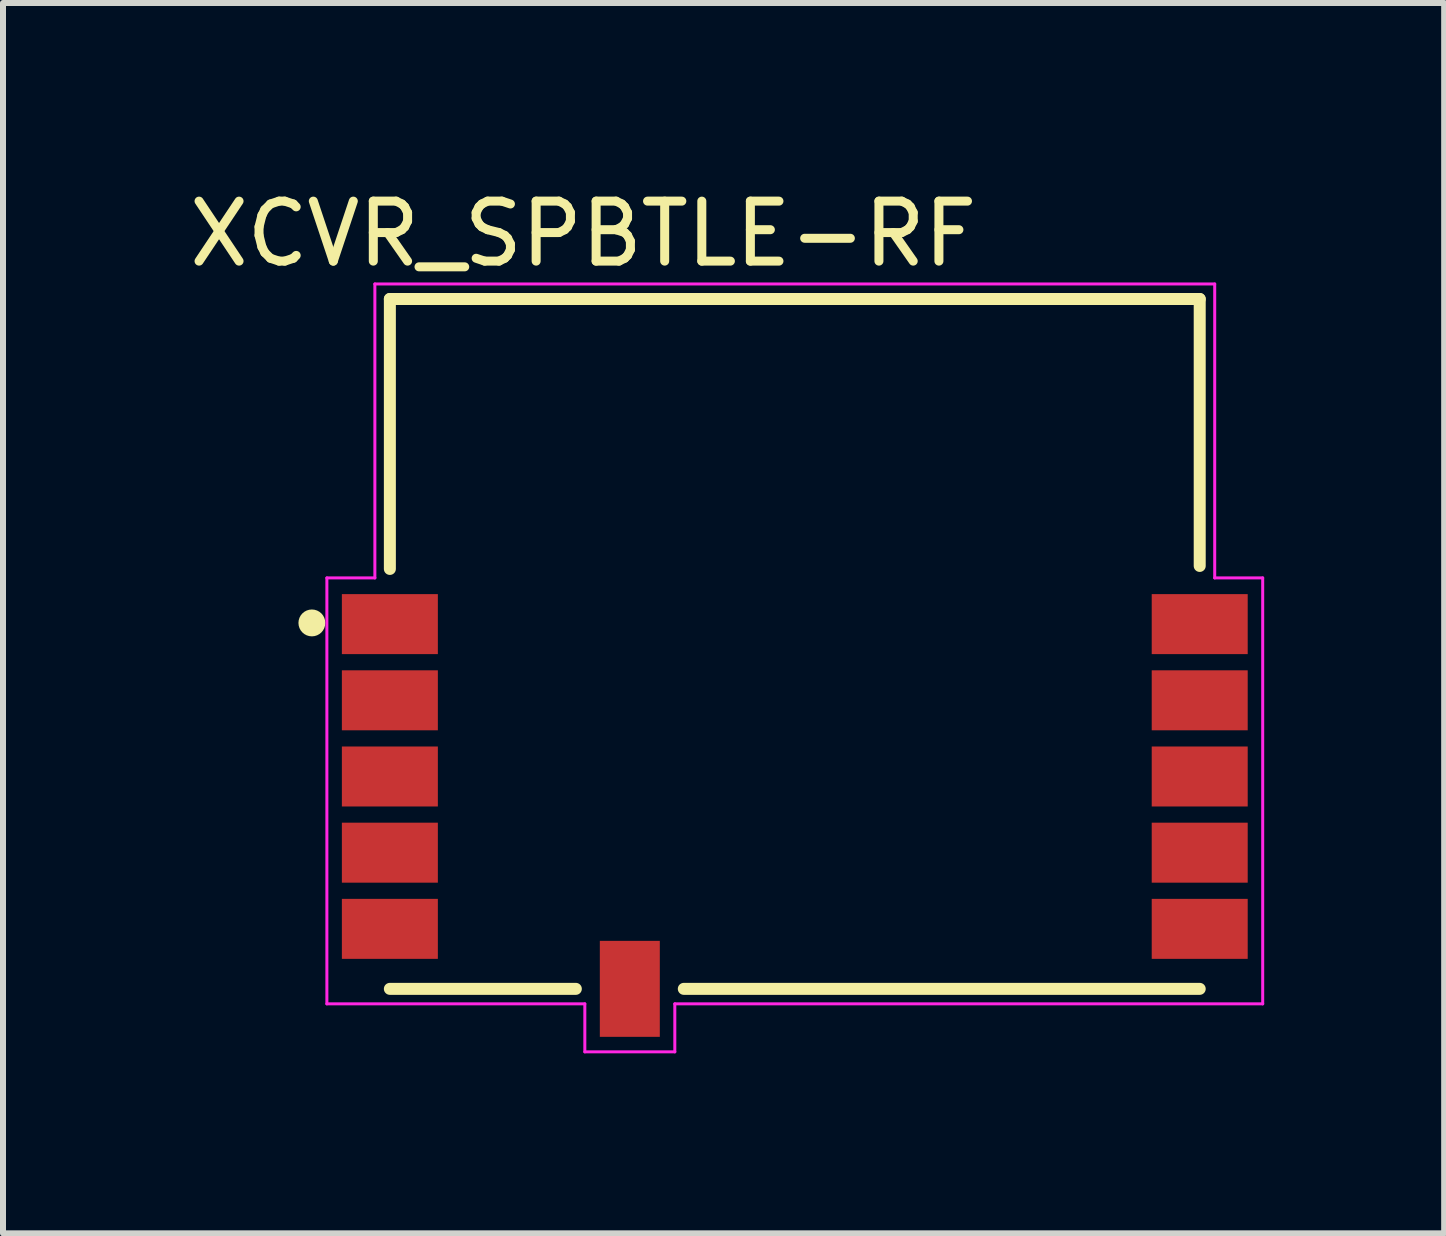
<source format=kicad_pcb>
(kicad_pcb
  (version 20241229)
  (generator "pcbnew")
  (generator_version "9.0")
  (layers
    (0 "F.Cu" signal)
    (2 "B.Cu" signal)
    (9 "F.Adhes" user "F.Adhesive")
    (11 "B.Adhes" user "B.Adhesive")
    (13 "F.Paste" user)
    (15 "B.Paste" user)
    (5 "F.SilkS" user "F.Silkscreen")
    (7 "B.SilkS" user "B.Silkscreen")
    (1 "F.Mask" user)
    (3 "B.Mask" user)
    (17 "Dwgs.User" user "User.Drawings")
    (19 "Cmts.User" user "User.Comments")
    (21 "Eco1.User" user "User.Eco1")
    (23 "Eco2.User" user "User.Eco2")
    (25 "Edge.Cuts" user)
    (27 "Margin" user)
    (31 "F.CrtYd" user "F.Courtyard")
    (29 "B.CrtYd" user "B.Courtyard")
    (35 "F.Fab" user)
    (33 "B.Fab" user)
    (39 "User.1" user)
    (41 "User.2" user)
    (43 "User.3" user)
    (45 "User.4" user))
  (footprint "XCVR_SPBTLE-RF"
    (layer "F.Cu")
    (at 10.199 7.684)
    (property "Reference" "XCVR_SPBTLE-RF" (at -3.526 -6.836 0) (layer "F.SilkS") (effects (font (size 1 1) (thickness 0.15))))
    (attr smd)
    (fp_line (start -6.75 -5.75) (end 6.75 -5.75) (stroke (width 0.2) (type solid)) (layer "F.SilkS"))
    (fp_line (start -6.75 -1.25) (end -6.75 -5.75) (stroke (width 0.2) (type solid)) (layer "F.SilkS"))
    (fp_line (start -3.65 5.75) (end -6.75 5.75) (stroke (width 0.2) (type solid)) (layer "F.SilkS"))
    (fp_line (start 6.75 -5.75) (end 6.75 -1.3) (stroke (width 0.2) (type solid)) (layer "F.SilkS"))
    (fp_line (start 6.75 5.75) (end -1.85 5.75) (stroke (width 0.2) (type solid)) (layer "F.SilkS"))
    (fp_circle (center -8.05 -0.35) (end -7.826 -0.35) (stroke (width 0) (type solid)) (fill yes) (layer "F.SilkS"))
    (fp_line (start -7.8 -1.1) (end -7 -1.1) (stroke (width 0.05) (type solid)) (layer "F.CrtYd"))
    (fp_line (start -7.8 6) (end -7.8 -1.1) (stroke (width 0.05) (type solid)) (layer "F.CrtYd"))
    (fp_line (start -7 -6) (end 7 -6) (stroke (width 0.05) (type solid)) (layer "F.CrtYd"))
    (fp_line (start -7 -1.1) (end -7 -6) (stroke (width 0.05) (type solid)) (layer "F.CrtYd"))
    (fp_line (start -3.5 6) (end -7.8 6) (stroke (width 0.05) (type solid)) (layer "F.CrtYd"))
    (fp_line (start -3.5 6.8) (end -3.5 6) (stroke (width 0.05) (type solid)) (layer "F.CrtYd"))
    (fp_line (start -2 6) (end -2 6.8) (stroke (width 0.05) (type solid)) (layer "F.CrtYd"))
    (fp_line (start -2 6.8) (end -3.5 6.8) (stroke (width 0.05) (type solid)) (layer "F.CrtYd"))
    (fp_line (start 7 -6) (end 7 -1.1) (stroke (width 0.05) (type solid)) (layer "F.CrtYd"))
    (fp_line (start 7 -1.1) (end 7.8 -1.1) (stroke (width 0.05) (type solid)) (layer "F.CrtYd"))
    (fp_line (start 7.8 -1.1) (end 7.8 6) (stroke (width 0.05) (type solid)) (layer "F.CrtYd"))
    (fp_line (start 7.8 6) (end -2 6) (stroke (width 0.05) (type solid)) (layer "F.CrtYd"))
    (pad "1" smd rect (at -6.75 -0.33) (size 1.6 1) (layers "F.Cu" "F.Mask" "F.Paste"))
    (pad "2" smd rect (at -6.75 0.94) (size 1.6 1) (layers "F.Cu" "F.Mask" "F.Paste"))
    (pad "3" smd rect (at -6.75 2.21) (size 1.6 1) (layers "F.Cu" "F.Mask" "F.Paste"))
    (pad "4" smd rect (at -6.75 3.48) (size 1.6 1) (layers "F.Cu" "F.Mask" "F.Paste"))
    (pad "5" smd rect (at -6.75 4.75) (size 1.6 1) (layers "F.Cu" "F.Mask" "F.Paste"))
    (pad "6" smd rect (at -2.75 5.75 90) (size 1.6 1) (layers "F.Cu" "F.Mask" "F.Paste"))
    (pad "7" smd rect (at 6.75 4.75) (size 1.6 1) (layers "F.Cu" "F.Mask" "F.Paste"))
    (pad "8" smd rect (at 6.75 3.48) (size 1.6 1) (layers "F.Cu" "F.Mask" "F.Paste"))
    (pad "9" smd rect (at 6.75 2.21) (size 1.6 1) (layers "F.Cu" "F.Mask" "F.Paste"))
    (pad "10" smd rect (at 6.75 0.94) (size 1.6 1) (layers "F.Cu" "F.Mask" "F.Paste"))
    (pad "11" smd rect (at 6.75 -0.33) (size 1.6 1) (layers "F.Cu" "F.Mask" "F.Paste")))
  (gr_rect
    (start -3 -3)
    (end 21.024 17.509)
    (stroke (width 0.1) (type default))
    (fill no)
    (layer "Edge.Cuts")))
</source>
